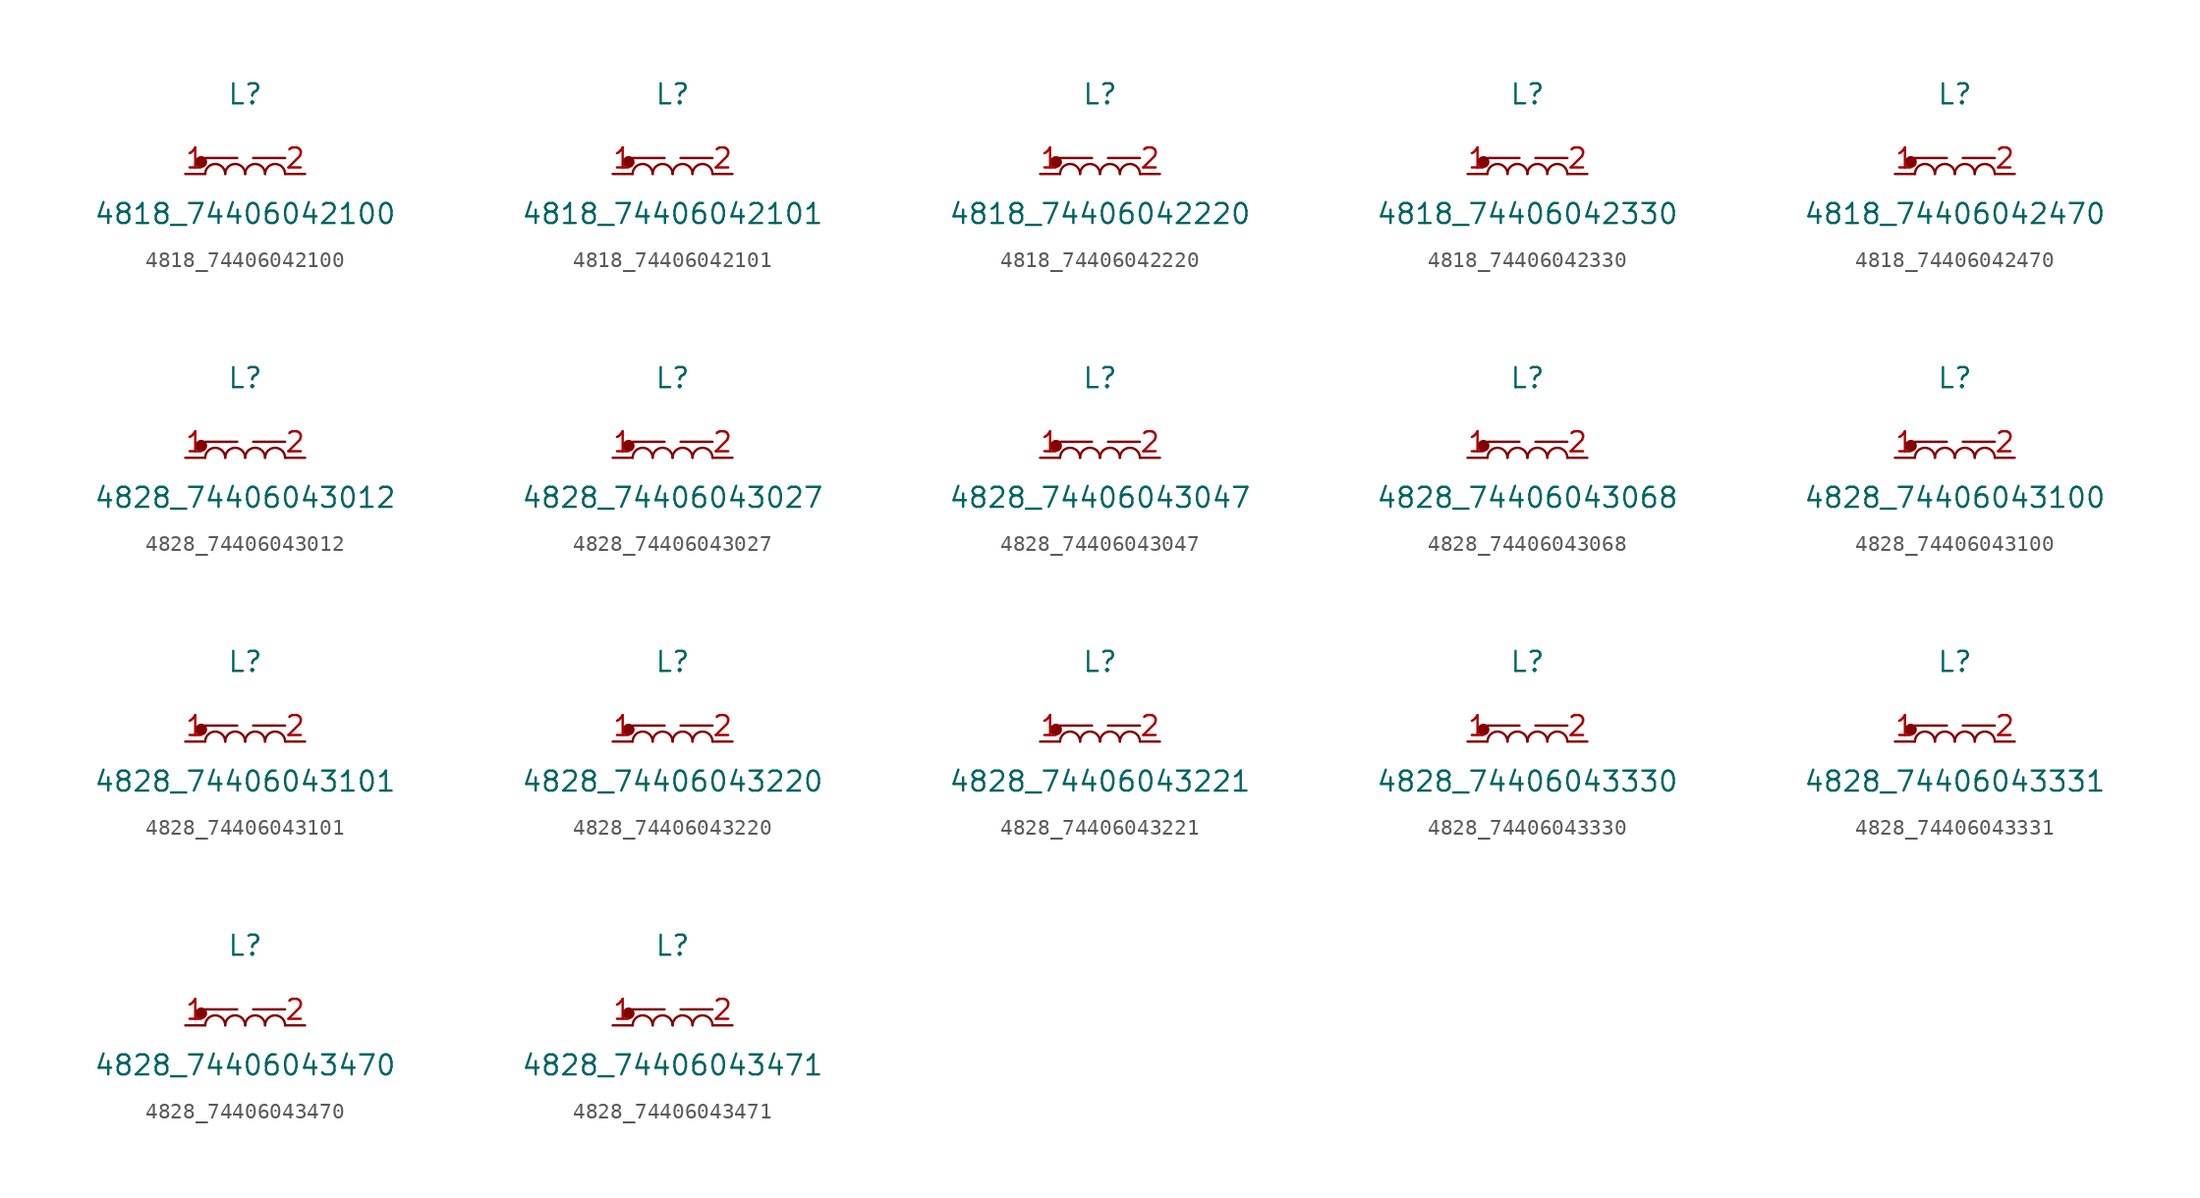
<source format=kicad_sym>
(kicad_symbol_lib
  (version 20220914)
  (generator kicad_symbol_editor)
  (symbol "4818_74406042100"
    (pin_names hide)
    (property "Reference" "L"
      (at 0 5.08 0)
      (effects (font (size 1.27 1.27))))
    (property "Value" "4818_74406042100"
      (at 0 -2.54 0)
      (effects (font (size 1.27 1.27))))
    (symbol "4818_74406042100_0_1"
      (arc (start -1.27 0) (mid -1.905 0.6323) (end -2.54 0) (stroke (width 0) (type default)) (fill (type none)))
      (arc (start 0 0) (mid -0.635 0.6323) (end -1.27 0) (stroke (width 0) (type default)) (fill (type none)))
      (polyline (pts (xy -2.54 1.016) (xy -0.508 1.016)) (stroke (width 0) (type default)) (fill (type none)))
      (arc (start 1.27 0) (mid 0.635 0.6323) (end 0 0) (stroke (width 0) (type default)) (fill (type none)))
      (arc (start 2.54 0) (mid 1.905 0.6323) (end 1.27 0) (stroke (width 0) (type default)) (fill (type none))))
    (symbol "4818_74406042100_1_1"
      (circle (center -2.794 0.762) (radius 0.0001) (stroke (width 0.381) (type default)) (fill (type none)))
      (polyline (pts (xy 2.54 1.016) (xy 0.508 1.016)) (stroke (width 0) (type default)) (fill (type none)))
      (pin passive line (at -3.81 0 0) (length 1.27) (name "1" (effects (font (size 1.27 1.27)))) (number "1" (effects (font (size 1.27 1.27)))))
      (pin passive line (at 3.81 0 180) (length 1.27) (name "2" (effects (font (size 1.27 1.27)))) (number "2" (effects (font (size 1.27 1.27)))))))
  (symbol "4818_74406042101"
    (pin_names hide)
    (property "Reference" "L"
      (at 0 5.08 0)
      (effects (font (size 1.27 1.27))))
    (property "Value" "4818_74406042101"
      (at 0 -2.54 0)
      (effects (font (size 1.27 1.27))))
    (symbol "4818_74406042101_0_1"
      (arc (start -1.27 0) (mid -1.905 0.6323) (end -2.54 0) (stroke (width 0) (type default)) (fill (type none)))
      (arc (start 0 0) (mid -0.635 0.6323) (end -1.27 0) (stroke (width 0) (type default)) (fill (type none)))
      (polyline (pts (xy -2.54 1.016) (xy -0.508 1.016)) (stroke (width 0) (type default)) (fill (type none)))
      (arc (start 1.27 0) (mid 0.635 0.6323) (end 0 0) (stroke (width 0) (type default)) (fill (type none)))
      (arc (start 2.54 0) (mid 1.905 0.6323) (end 1.27 0) (stroke (width 0) (type default)) (fill (type none))))
    (symbol "4818_74406042101_1_1"
      (circle (center -2.794 0.762) (radius 0.0001) (stroke (width 0.381) (type default)) (fill (type none)))
      (polyline (pts (xy 2.54 1.016) (xy 0.508 1.016)) (stroke (width 0) (type default)) (fill (type none)))
      (pin passive line (at -3.81 0 0) (length 1.27) (name "1" (effects (font (size 1.27 1.27)))) (number "1" (effects (font (size 1.27 1.27)))))
      (pin passive line (at 3.81 0 180) (length 1.27) (name "2" (effects (font (size 1.27 1.27)))) (number "2" (effects (font (size 1.27 1.27)))))))
  (symbol "4818_74406042220"
    (pin_names hide)
    (property "Reference" "L"
      (at 0 5.08 0)
      (effects (font (size 1.27 1.27))))
    (property "Value" "4818_74406042220"
      (at 0 -2.54 0)
      (effects (font (size 1.27 1.27))))
    (symbol "4818_74406042220_0_1"
      (arc (start -1.27 0) (mid -1.905 0.6323) (end -2.54 0) (stroke (width 0) (type default)) (fill (type none)))
      (arc (start 0 0) (mid -0.635 0.6323) (end -1.27 0) (stroke (width 0) (type default)) (fill (type none)))
      (polyline (pts (xy -2.54 1.016) (xy -0.508 1.016)) (stroke (width 0) (type default)) (fill (type none)))
      (arc (start 1.27 0) (mid 0.635 0.6323) (end 0 0) (stroke (width 0) (type default)) (fill (type none)))
      (arc (start 2.54 0) (mid 1.905 0.6323) (end 1.27 0) (stroke (width 0) (type default)) (fill (type none))))
    (symbol "4818_74406042220_1_1"
      (circle (center -2.794 0.762) (radius 0.0001) (stroke (width 0.381) (type default)) (fill (type none)))
      (polyline (pts (xy 2.54 1.016) (xy 0.508 1.016)) (stroke (width 0) (type default)) (fill (type none)))
      (pin passive line (at -3.81 0 0) (length 1.27) (name "1" (effects (font (size 1.27 1.27)))) (number "1" (effects (font (size 1.27 1.27)))))
      (pin passive line (at 3.81 0 180) (length 1.27) (name "2" (effects (font (size 1.27 1.27)))) (number "2" (effects (font (size 1.27 1.27)))))))
  (symbol "4818_74406042330"
    (pin_names hide)
    (property "Reference" "L"
      (at 0 5.08 0)
      (effects (font (size 1.27 1.27))))
    (property "Value" "4818_74406042330"
      (at 0 -2.54 0)
      (effects (font (size 1.27 1.27))))
    (symbol "4818_74406042330_0_1"
      (arc (start -1.27 0) (mid -1.905 0.6323) (end -2.54 0) (stroke (width 0) (type default)) (fill (type none)))
      (arc (start 0 0) (mid -0.635 0.6323) (end -1.27 0) (stroke (width 0) (type default)) (fill (type none)))
      (polyline (pts (xy -2.54 1.016) (xy -0.508 1.016)) (stroke (width 0) (type default)) (fill (type none)))
      (arc (start 1.27 0) (mid 0.635 0.6323) (end 0 0) (stroke (width 0) (type default)) (fill (type none)))
      (arc (start 2.54 0) (mid 1.905 0.6323) (end 1.27 0) (stroke (width 0) (type default)) (fill (type none))))
    (symbol "4818_74406042330_1_1"
      (circle (center -2.794 0.762) (radius 0.0001) (stroke (width 0.381) (type default)) (fill (type none)))
      (polyline (pts (xy 2.54 1.016) (xy 0.508 1.016)) (stroke (width 0) (type default)) (fill (type none)))
      (pin passive line (at -3.81 0 0) (length 1.27) (name "1" (effects (font (size 1.27 1.27)))) (number "1" (effects (font (size 1.27 1.27)))))
      (pin passive line (at 3.81 0 180) (length 1.27) (name "2" (effects (font (size 1.27 1.27)))) (number "2" (effects (font (size 1.27 1.27)))))))
  (symbol "4818_74406042470"
    (pin_names hide)
    (property "Reference" "L"
      (at 0 5.08 0)
      (effects (font (size 1.27 1.27))))
    (property "Value" "4818_74406042470"
      (at 0 -2.54 0)
      (effects (font (size 1.27 1.27))))
    (symbol "4818_74406042470_0_1"
      (arc (start -1.27 0) (mid -1.905 0.6323) (end -2.54 0) (stroke (width 0) (type default)) (fill (type none)))
      (arc (start 0 0) (mid -0.635 0.6323) (end -1.27 0) (stroke (width 0) (type default)) (fill (type none)))
      (polyline (pts (xy -2.54 1.016) (xy -0.508 1.016)) (stroke (width 0) (type default)) (fill (type none)))
      (arc (start 1.27 0) (mid 0.635 0.6323) (end 0 0) (stroke (width 0) (type default)) (fill (type none)))
      (arc (start 2.54 0) (mid 1.905 0.6323) (end 1.27 0) (stroke (width 0) (type default)) (fill (type none))))
    (symbol "4818_74406042470_1_1"
      (circle (center -2.794 0.762) (radius 0.0001) (stroke (width 0.381) (type default)) (fill (type none)))
      (polyline (pts (xy 2.54 1.016) (xy 0.508 1.016)) (stroke (width 0) (type default)) (fill (type none)))
      (pin passive line (at -3.81 0 0) (length 1.27) (name "1" (effects (font (size 1.27 1.27)))) (number "1" (effects (font (size 1.27 1.27)))))
      (pin passive line (at 3.81 0 180) (length 1.27) (name "2" (effects (font (size 1.27 1.27)))) (number "2" (effects (font (size 1.27 1.27)))))))
  (symbol "4828_74406043012"
    (pin_names hide)
    (property "Reference" "L"
      (at 0 5.08 0)
      (effects (font (size 1.27 1.27))))
    (property "Value" "4828_74406043012"
      (at 0 -2.54 0)
      (effects (font (size 1.27 1.27))))
    (symbol "4828_74406043012_0_1"
      (arc (start -1.27 0) (mid -1.905 0.6323) (end -2.54 0) (stroke (width 0) (type default)) (fill (type none)))
      (arc (start 0 0) (mid -0.635 0.6323) (end -1.27 0) (stroke (width 0) (type default)) (fill (type none)))
      (polyline (pts (xy -2.54 1.016) (xy -0.508 1.016)) (stroke (width 0) (type default)) (fill (type none)))
      (arc (start 1.27 0) (mid 0.635 0.6323) (end 0 0) (stroke (width 0) (type default)) (fill (type none)))
      (arc (start 2.54 0) (mid 1.905 0.6323) (end 1.27 0) (stroke (width 0) (type default)) (fill (type none))))
    (symbol "4828_74406043012_1_1"
      (circle (center -2.794 0.762) (radius 0.0001) (stroke (width 0.381) (type default)) (fill (type none)))
      (polyline (pts (xy 2.54 1.016) (xy 0.508 1.016)) (stroke (width 0) (type default)) (fill (type none)))
      (pin passive line (at -3.81 0 0) (length 1.27) (name "1" (effects (font (size 1.27 1.27)))) (number "1" (effects (font (size 1.27 1.27)))))
      (pin passive line (at 3.81 0 180) (length 1.27) (name "2" (effects (font (size 1.27 1.27)))) (number "2" (effects (font (size 1.27 1.27)))))))
  (symbol "4828_74406043027"
    (pin_names hide)
    (property "Reference" "L"
      (at 0 5.08 0)
      (effects (font (size 1.27 1.27))))
    (property "Value" "4828_74406043027"
      (at 0 -2.54 0)
      (effects (font (size 1.27 1.27))))
    (symbol "4828_74406043027_0_1"
      (arc (start -1.27 0) (mid -1.905 0.6323) (end -2.54 0) (stroke (width 0) (type default)) (fill (type none)))
      (arc (start 0 0) (mid -0.635 0.6323) (end -1.27 0) (stroke (width 0) (type default)) (fill (type none)))
      (polyline (pts (xy -2.54 1.016) (xy -0.508 1.016)) (stroke (width 0) (type default)) (fill (type none)))
      (arc (start 1.27 0) (mid 0.635 0.6323) (end 0 0) (stroke (width 0) (type default)) (fill (type none)))
      (arc (start 2.54 0) (mid 1.905 0.6323) (end 1.27 0) (stroke (width 0) (type default)) (fill (type none))))
    (symbol "4828_74406043027_1_1"
      (circle (center -2.794 0.762) (radius 0.0001) (stroke (width 0.381) (type default)) (fill (type none)))
      (polyline (pts (xy 2.54 1.016) (xy 0.508 1.016)) (stroke (width 0) (type default)) (fill (type none)))
      (pin passive line (at -3.81 0 0) (length 1.27) (name "1" (effects (font (size 1.27 1.27)))) (number "1" (effects (font (size 1.27 1.27)))))
      (pin passive line (at 3.81 0 180) (length 1.27) (name "2" (effects (font (size 1.27 1.27)))) (number "2" (effects (font (size 1.27 1.27)))))))
  (symbol "4828_74406043047"
    (pin_names hide)
    (property "Reference" "L"
      (at 0 5.08 0)
      (effects (font (size 1.27 1.27))))
    (property "Value" "4828_74406043047"
      (at 0 -2.54 0)
      (effects (font (size 1.27 1.27))))
    (symbol "4828_74406043047_0_1"
      (arc (start -1.27 0) (mid -1.905 0.6323) (end -2.54 0) (stroke (width 0) (type default)) (fill (type none)))
      (arc (start 0 0) (mid -0.635 0.6323) (end -1.27 0) (stroke (width 0) (type default)) (fill (type none)))
      (polyline (pts (xy -2.54 1.016) (xy -0.508 1.016)) (stroke (width 0) (type default)) (fill (type none)))
      (arc (start 1.27 0) (mid 0.635 0.6323) (end 0 0) (stroke (width 0) (type default)) (fill (type none)))
      (arc (start 2.54 0) (mid 1.905 0.6323) (end 1.27 0) (stroke (width 0) (type default)) (fill (type none))))
    (symbol "4828_74406043047_1_1"
      (circle (center -2.794 0.762) (radius 0.0001) (stroke (width 0.381) (type default)) (fill (type none)))
      (polyline (pts (xy 2.54 1.016) (xy 0.508 1.016)) (stroke (width 0) (type default)) (fill (type none)))
      (pin passive line (at -3.81 0 0) (length 1.27) (name "1" (effects (font (size 1.27 1.27)))) (number "1" (effects (font (size 1.27 1.27)))))
      (pin passive line (at 3.81 0 180) (length 1.27) (name "2" (effects (font (size 1.27 1.27)))) (number "2" (effects (font (size 1.27 1.27)))))))
  (symbol "4828_74406043068"
    (pin_names hide)
    (property "Reference" "L"
      (at 0 5.08 0)
      (effects (font (size 1.27 1.27))))
    (property "Value" "4828_74406043068"
      (at 0 -2.54 0)
      (effects (font (size 1.27 1.27))))
    (symbol "4828_74406043068_0_1"
      (arc (start -1.27 0) (mid -1.905 0.6323) (end -2.54 0) (stroke (width 0) (type default)) (fill (type none)))
      (arc (start 0 0) (mid -0.635 0.6323) (end -1.27 0) (stroke (width 0) (type default)) (fill (type none)))
      (polyline (pts (xy -2.54 1.016) (xy -0.508 1.016)) (stroke (width 0) (type default)) (fill (type none)))
      (arc (start 1.27 0) (mid 0.635 0.6323) (end 0 0) (stroke (width 0) (type default)) (fill (type none)))
      (arc (start 2.54 0) (mid 1.905 0.6323) (end 1.27 0) (stroke (width 0) (type default)) (fill (type none))))
    (symbol "4828_74406043068_1_1"
      (circle (center -2.794 0.762) (radius 0.0001) (stroke (width 0.381) (type default)) (fill (type none)))
      (polyline (pts (xy 2.54 1.016) (xy 0.508 1.016)) (stroke (width 0) (type default)) (fill (type none)))
      (pin passive line (at -3.81 0 0) (length 1.27) (name "1" (effects (font (size 1.27 1.27)))) (number "1" (effects (font (size 1.27 1.27)))))
      (pin passive line (at 3.81 0 180) (length 1.27) (name "2" (effects (font (size 1.27 1.27)))) (number "2" (effects (font (size 1.27 1.27)))))))
  (symbol "4828_74406043100"
    (pin_names hide)
    (property "Reference" "L"
      (at 0 5.08 0)
      (effects (font (size 1.27 1.27))))
    (property "Value" "4828_74406043100"
      (at 0 -2.54 0)
      (effects (font (size 1.27 1.27))))
    (symbol "4828_74406043100_0_1"
      (arc (start -1.27 0) (mid -1.905 0.6323) (end -2.54 0) (stroke (width 0) (type default)) (fill (type none)))
      (arc (start 0 0) (mid -0.635 0.6323) (end -1.27 0) (stroke (width 0) (type default)) (fill (type none)))
      (polyline (pts (xy -2.54 1.016) (xy -0.508 1.016)) (stroke (width 0) (type default)) (fill (type none)))
      (arc (start 1.27 0) (mid 0.635 0.6323) (end 0 0) (stroke (width 0) (type default)) (fill (type none)))
      (arc (start 2.54 0) (mid 1.905 0.6323) (end 1.27 0) (stroke (width 0) (type default)) (fill (type none))))
    (symbol "4828_74406043100_1_1"
      (circle (center -2.794 0.762) (radius 0.0001) (stroke (width 0.381) (type default)) (fill (type none)))
      (polyline (pts (xy 2.54 1.016) (xy 0.508 1.016)) (stroke (width 0) (type default)) (fill (type none)))
      (pin passive line (at -3.81 0 0) (length 1.27) (name "1" (effects (font (size 1.27 1.27)))) (number "1" (effects (font (size 1.27 1.27)))))
      (pin passive line (at 3.81 0 180) (length 1.27) (name "2" (effects (font (size 1.27 1.27)))) (number "2" (effects (font (size 1.27 1.27)))))))
  (symbol "4828_74406043101"
    (pin_names hide)
    (property "Reference" "L"
      (at 0 5.08 0)
      (effects (font (size 1.27 1.27))))
    (property "Value" "4828_74406043101"
      (at 0 -2.54 0)
      (effects (font (size 1.27 1.27))))
    (symbol "4828_74406043101_0_1"
      (arc (start -1.27 0) (mid -1.905 0.6323) (end -2.54 0) (stroke (width 0) (type default)) (fill (type none)))
      (arc (start 0 0) (mid -0.635 0.6323) (end -1.27 0) (stroke (width 0) (type default)) (fill (type none)))
      (polyline (pts (xy -2.54 1.016) (xy -0.508 1.016)) (stroke (width 0) (type default)) (fill (type none)))
      (arc (start 1.27 0) (mid 0.635 0.6323) (end 0 0) (stroke (width 0) (type default)) (fill (type none)))
      (arc (start 2.54 0) (mid 1.905 0.6323) (end 1.27 0) (stroke (width 0) (type default)) (fill (type none))))
    (symbol "4828_74406043101_1_1"
      (circle (center -2.794 0.762) (radius 0.0001) (stroke (width 0.381) (type default)) (fill (type none)))
      (polyline (pts (xy 2.54 1.016) (xy 0.508 1.016)) (stroke (width 0) (type default)) (fill (type none)))
      (pin passive line (at -3.81 0 0) (length 1.27) (name "1" (effects (font (size 1.27 1.27)))) (number "1" (effects (font (size 1.27 1.27)))))
      (pin passive line (at 3.81 0 180) (length 1.27) (name "2" (effects (font (size 1.27 1.27)))) (number "2" (effects (font (size 1.27 1.27)))))))
  (symbol "4828_74406043220"
    (pin_names hide)
    (property "Reference" "L"
      (at 0 5.08 0)
      (effects (font (size 1.27 1.27))))
    (property "Value" "4828_74406043220"
      (at 0 -2.54 0)
      (effects (font (size 1.27 1.27))))
    (symbol "4828_74406043220_0_1"
      (arc (start -1.27 0) (mid -1.905 0.6323) (end -2.54 0) (stroke (width 0) (type default)) (fill (type none)))
      (arc (start 0 0) (mid -0.635 0.6323) (end -1.27 0) (stroke (width 0) (type default)) (fill (type none)))
      (polyline (pts (xy -2.54 1.016) (xy -0.508 1.016)) (stroke (width 0) (type default)) (fill (type none)))
      (arc (start 1.27 0) (mid 0.635 0.6323) (end 0 0) (stroke (width 0) (type default)) (fill (type none)))
      (arc (start 2.54 0) (mid 1.905 0.6323) (end 1.27 0) (stroke (width 0) (type default)) (fill (type none))))
    (symbol "4828_74406043220_1_1"
      (circle (center -2.794 0.762) (radius 0.0001) (stroke (width 0.381) (type default)) (fill (type none)))
      (polyline (pts (xy 2.54 1.016) (xy 0.508 1.016)) (stroke (width 0) (type default)) (fill (type none)))
      (pin passive line (at -3.81 0 0) (length 1.27) (name "1" (effects (font (size 1.27 1.27)))) (number "1" (effects (font (size 1.27 1.27)))))
      (pin passive line (at 3.81 0 180) (length 1.27) (name "2" (effects (font (size 1.27 1.27)))) (number "2" (effects (font (size 1.27 1.27)))))))
  (symbol "4828_74406043221"
    (pin_names hide)
    (property "Reference" "L"
      (at 0 5.08 0)
      (effects (font (size 1.27 1.27))))
    (property "Value" "4828_74406043221"
      (at 0 -2.54 0)
      (effects (font (size 1.27 1.27))))
    (symbol "4828_74406043221_0_1"
      (arc (start -1.27 0) (mid -1.905 0.6323) (end -2.54 0) (stroke (width 0) (type default)) (fill (type none)))
      (arc (start 0 0) (mid -0.635 0.6323) (end -1.27 0) (stroke (width 0) (type default)) (fill (type none)))
      (polyline (pts (xy -2.54 1.016) (xy -0.508 1.016)) (stroke (width 0) (type default)) (fill (type none)))
      (arc (start 1.27 0) (mid 0.635 0.6323) (end 0 0) (stroke (width 0) (type default)) (fill (type none)))
      (arc (start 2.54 0) (mid 1.905 0.6323) (end 1.27 0) (stroke (width 0) (type default)) (fill (type none))))
    (symbol "4828_74406043221_1_1"
      (circle (center -2.794 0.762) (radius 0.0001) (stroke (width 0.381) (type default)) (fill (type none)))
      (polyline (pts (xy 2.54 1.016) (xy 0.508 1.016)) (stroke (width 0) (type default)) (fill (type none)))
      (pin passive line (at -3.81 0 0) (length 1.27) (name "1" (effects (font (size 1.27 1.27)))) (number "1" (effects (font (size 1.27 1.27)))))
      (pin passive line (at 3.81 0 180) (length 1.27) (name "2" (effects (font (size 1.27 1.27)))) (number "2" (effects (font (size 1.27 1.27)))))))
  (symbol "4828_74406043330"
    (pin_names hide)
    (property "Reference" "L"
      (at 0 5.08 0)
      (effects (font (size 1.27 1.27))))
    (property "Value" "4828_74406043330"
      (at 0 -2.54 0)
      (effects (font (size 1.27 1.27))))
    (symbol "4828_74406043330_0_1"
      (arc (start -1.27 0) (mid -1.905 0.6323) (end -2.54 0) (stroke (width 0) (type default)) (fill (type none)))
      (arc (start 0 0) (mid -0.635 0.6323) (end -1.27 0) (stroke (width 0) (type default)) (fill (type none)))
      (polyline (pts (xy -2.54 1.016) (xy -0.508 1.016)) (stroke (width 0) (type default)) (fill (type none)))
      (arc (start 1.27 0) (mid 0.635 0.6323) (end 0 0) (stroke (width 0) (type default)) (fill (type none)))
      (arc (start 2.54 0) (mid 1.905 0.6323) (end 1.27 0) (stroke (width 0) (type default)) (fill (type none))))
    (symbol "4828_74406043330_1_1"
      (circle (center -2.794 0.762) (radius 0.0001) (stroke (width 0.381) (type default)) (fill (type none)))
      (polyline (pts (xy 2.54 1.016) (xy 0.508 1.016)) (stroke (width 0) (type default)) (fill (type none)))
      (pin passive line (at -3.81 0 0) (length 1.27) (name "1" (effects (font (size 1.27 1.27)))) (number "1" (effects (font (size 1.27 1.27)))))
      (pin passive line (at 3.81 0 180) (length 1.27) (name "2" (effects (font (size 1.27 1.27)))) (number "2" (effects (font (size 1.27 1.27)))))))
  (symbol "4828_74406043331"
    (pin_names hide)
    (property "Reference" "L"
      (at 0 5.08 0)
      (effects (font (size 1.27 1.27))))
    (property "Value" "4828_74406043331"
      (at 0 -2.54 0)
      (effects (font (size 1.27 1.27))))
    (symbol "4828_74406043331_0_1"
      (arc (start -1.27 0) (mid -1.905 0.6323) (end -2.54 0) (stroke (width 0) (type default)) (fill (type none)))
      (arc (start 0 0) (mid -0.635 0.6323) (end -1.27 0) (stroke (width 0) (type default)) (fill (type none)))
      (polyline (pts (xy -2.54 1.016) (xy -0.508 1.016)) (stroke (width 0) (type default)) (fill (type none)))
      (arc (start 1.27 0) (mid 0.635 0.6323) (end 0 0) (stroke (width 0) (type default)) (fill (type none)))
      (arc (start 2.54 0) (mid 1.905 0.6323) (end 1.27 0) (stroke (width 0) (type default)) (fill (type none))))
    (symbol "4828_74406043331_1_1"
      (circle (center -2.794 0.762) (radius 0.0001) (stroke (width 0.381) (type default)) (fill (type none)))
      (polyline (pts (xy 2.54 1.016) (xy 0.508 1.016)) (stroke (width 0) (type default)) (fill (type none)))
      (pin passive line (at -3.81 0 0) (length 1.27) (name "1" (effects (font (size 1.27 1.27)))) (number "1" (effects (font (size 1.27 1.27)))))
      (pin passive line (at 3.81 0 180) (length 1.27) (name "2" (effects (font (size 1.27 1.27)))) (number "2" (effects (font (size 1.27 1.27)))))))
  (symbol "4828_74406043470"
    (pin_names hide)
    (property "Reference" "L"
      (at 0 5.08 0)
      (effects (font (size 1.27 1.27))))
    (property "Value" "4828_74406043470"
      (at 0 -2.54 0)
      (effects (font (size 1.27 1.27))))
    (symbol "4828_74406043470_0_1"
      (arc (start -1.27 0) (mid -1.905 0.6323) (end -2.54 0) (stroke (width 0) (type default)) (fill (type none)))
      (arc (start 0 0) (mid -0.635 0.6323) (end -1.27 0) (stroke (width 0) (type default)) (fill (type none)))
      (polyline (pts (xy -2.54 1.016) (xy -0.508 1.016)) (stroke (width 0) (type default)) (fill (type none)))
      (arc (start 1.27 0) (mid 0.635 0.6323) (end 0 0) (stroke (width 0) (type default)) (fill (type none)))
      (arc (start 2.54 0) (mid 1.905 0.6323) (end 1.27 0) (stroke (width 0) (type default)) (fill (type none))))
    (symbol "4828_74406043470_1_1"
      (circle (center -2.794 0.762) (radius 0.0001) (stroke (width 0.381) (type default)) (fill (type none)))
      (polyline (pts (xy 2.54 1.016) (xy 0.508 1.016)) (stroke (width 0) (type default)) (fill (type none)))
      (pin passive line (at -3.81 0 0) (length 1.27) (name "1" (effects (font (size 1.27 1.27)))) (number "1" (effects (font (size 1.27 1.27)))))
      (pin passive line (at 3.81 0 180) (length 1.27) (name "2" (effects (font (size 1.27 1.27)))) (number "2" (effects (font (size 1.27 1.27)))))))
  (symbol "4828_74406043471"
    (pin_names hide)
    (property "Reference" "L"
      (at 0 5.08 0)
      (effects (font (size 1.27 1.27))))
    (property "Value" "4828_74406043471"
      (at 0 -2.54 0)
      (effects (font (size 1.27 1.27))))
    (symbol "4828_74406043471_0_1"
      (arc (start -1.27 0) (mid -1.905 0.6323) (end -2.54 0) (stroke (width 0) (type default)) (fill (type none)))
      (arc (start 0 0) (mid -0.635 0.6323) (end -1.27 0) (stroke (width 0) (type default)) (fill (type none)))
      (polyline (pts (xy -2.54 1.016) (xy -0.508 1.016)) (stroke (width 0) (type default)) (fill (type none)))
      (arc (start 1.27 0) (mid 0.635 0.6323) (end 0 0) (stroke (width 0) (type default)) (fill (type none)))
      (arc (start 2.54 0) (mid 1.905 0.6323) (end 1.27 0) (stroke (width 0) (type default)) (fill (type none))))
    (symbol "4828_74406043471_1_1"
      (circle (center -2.794 0.762) (radius 0.0001) (stroke (width 0.381) (type default)) (fill (type none)))
      (polyline (pts (xy 2.54 1.016) (xy 0.508 1.016)) (stroke (width 0) (type default)) (fill (type none)))
      (pin passive line (at -3.81 0 0) (length 1.27) (name "1" (effects (font (size 1.27 1.27)))) (number "1" (effects (font (size 1.27 1.27)))))
      (pin passive line (at 3.81 0 180) (length 1.27) (name "2" (effects (font (size 1.27 1.27)))) (number "2" (effects (font (size 1.27 1.27))))))))
</source>
